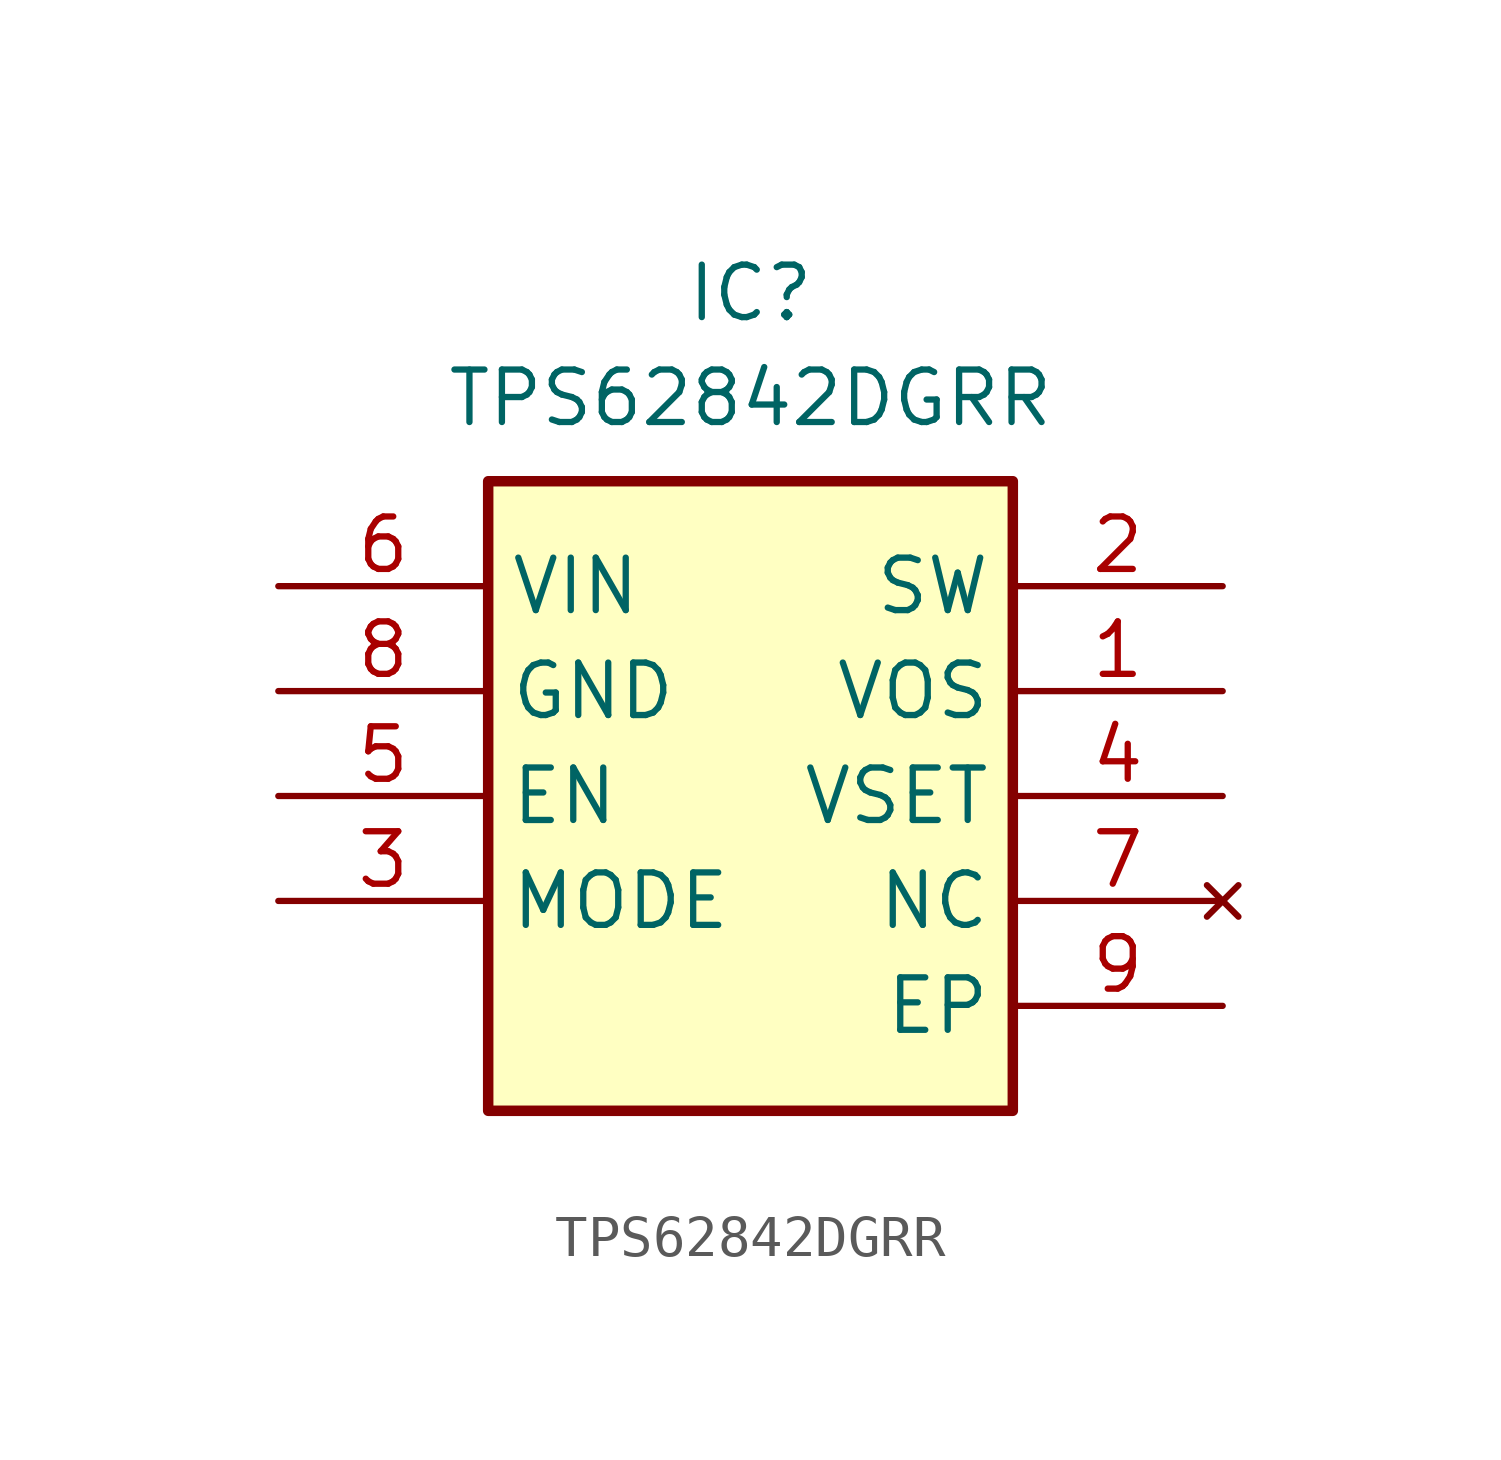
<source format=kicad_sym>
(kicad_symbol_lib
  (version 20241209)
  (generator "kicad_symbol_editor")
  (generator_version "9.0")
  (symbol "TPS62842DGRR"
    (property "Reference" "IC"
      (at 0 11.43 0)
      (effects (font (size 1.27 1.27)) (justify bottom)))
    (property "Value" "TPS62842DGRR"
      (at 0 8.89 0)
      (effects (font (size 1.27 1.27)) (justify bottom)))
    (symbol "TPS62842DGRR_1_1"
      (rectangle (start -6.35 7.62) (end 6.35 -7.62) (stroke (width 0.254) (type default)) (fill (type background)))
      (pin passive line (at -11.43 5.08 0) (length 5.08) (name "VIN" (effects (font (size 1.27 1.27)))) (number "6" (effects (font (size 1.27 1.27)))))
      (pin passive line (at -11.43 2.54 0) (length 5.08) (name "GND" (effects (font (size 1.27 1.27)))) (number "8" (effects (font (size 1.27 1.27)))))
      (pin passive line (at -11.43 0 0) (length 5.08) (name "EN" (effects (font (size 1.27 1.27)))) (number "5" (effects (font (size 1.27 1.27)))))
      (pin passive line (at -11.43 -2.54 0) (length 5.08) (name "MODE" (effects (font (size 1.27 1.27)))) (number "3" (effects (font (size 1.27 1.27)))))
      (pin passive line (at 11.43 5.08 180) (length 5.08) (name "SW" (effects (font (size 1.27 1.27)))) (number "2" (effects (font (size 1.27 1.27)))))
      (pin passive line (at 11.43 2.54 180) (length 5.08) (name "VOS" (effects (font (size 1.27 1.27)))) (number "1" (effects (font (size 1.27 1.27)))))
      (pin passive line (at 11.43 0 180) (length 5.08) (name "VSET" (effects (font (size 1.27 1.27)))) (number "4" (effects (font (size 1.27 1.27)))))
      (pin no_connect line (at 11.43 -2.54 180) (length 5.08) (name "NC" (effects (font (size 1.27 1.27)))) (number "7" (effects (font (size 1.27 1.27)))))
      (pin passive line (at 11.43 -5.08 180) (length 5.08) (name "EP" (effects (font (size 1.27 1.27)))) (number "9" (effects (font (size 1.27 1.27))))))))
</source>
